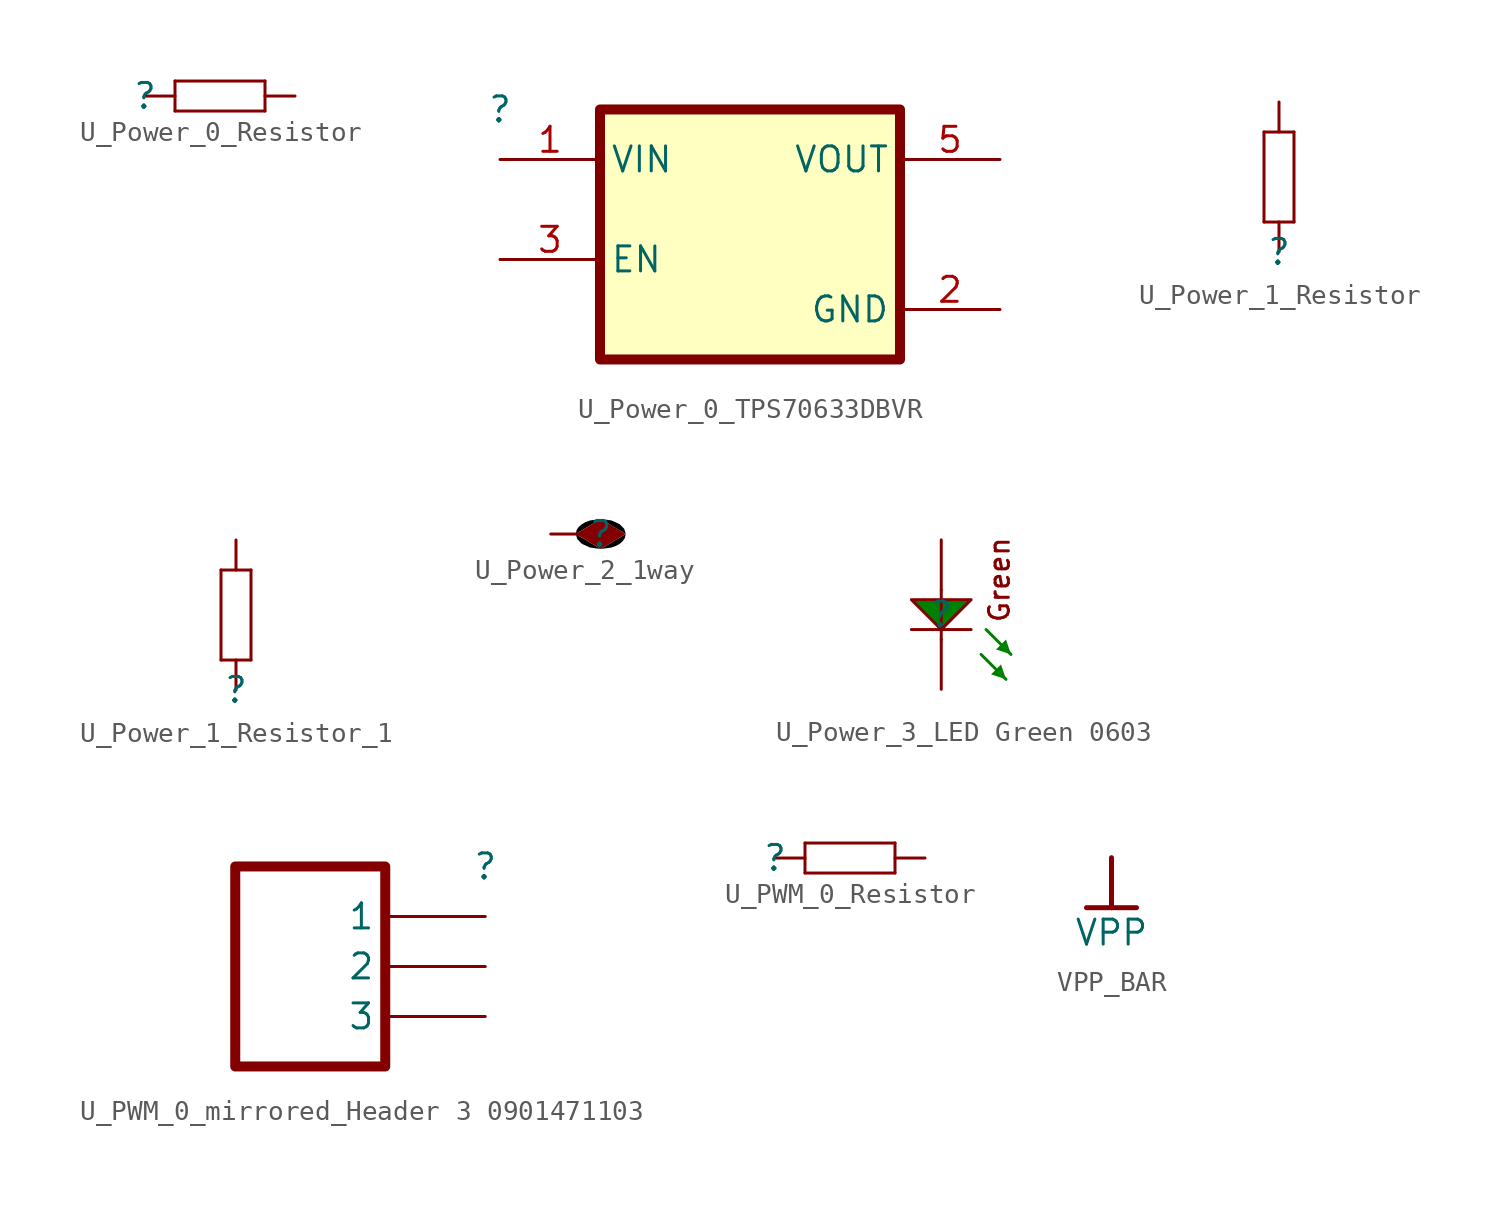
<source format=kicad_sym>
(kicad_symbol_lib
  (version 20241209)
  (generator "kicad_symbol_editor")
  (generator_version "9.0")
  (symbol "U_Power_0_Resistor"
    (pin_numbers
      (hide yes))
    (pin_names
      (hide yes))
    (property "Reference" ""
      (at 0 0 0)
      (effects (font (size 1.27 1.27))))
    (property "Value" ""
      (at 0 0 0)
      (effects (font (size 1.27 1.27))))
    (symbol "U_Power_0_Resistor_1_0"
      (polyline (pts (xy 1.524 0.762) (xy 1.524 -0.762)) (stroke (width 0) (type solid)) (fill (type none)))
      (polyline (pts (xy 1.524 -0.762) (xy 6.096 -0.762)) (stroke (width 0) (type solid)) (fill (type none)))
      (polyline (pts (xy 6.096 0.762) (xy 1.524 0.762)) (stroke (width 0) (type solid)) (fill (type none)))
      (polyline (pts (xy 6.096 -0.762) (xy 6.096 0.762)) (stroke (width 0) (type solid)) (fill (type none)))
      (pin passive line (at 0 0 0) (length 1.524) (name "1" (effects (font (size 1.27 1.27)))) (number "1" (effects (font (size 1.27 1.27)))))
      (pin passive line (at 7.62 0 180) (length 1.524) (name "2" (effects (font (size 1.27 1.27)))) (number "2" (effects (font (size 1.27 1.27)))))))
  (symbol "U_Power_0_TPS70633DBVR"
    (property "Reference" ""
      (at 0 0 0)
      (effects (font (size 1.27 1.27))))
    (property "Value" ""
      (at 0 0 0)
      (effects (font (size 1.27 1.27))))
    (symbol "U_Power_0_TPS70633DBVR_1_0"
      (rectangle (start 20.32 0) (end 5.08 -12.7) (stroke (width 0.508) (type solid) (color 128 0 0 1)) (fill (type background)))
      (pin power_in line (at 0 -2.54 0) (length 5.08) (name "VIN" (effects (font (size 1.27 1.27)))) (number "1" (effects (font (size 1.27 1.27)))))
      (pin input line (at 0 -7.62 0) (length 5.08) (name "EN" (effects (font (size 1.27 1.27)))) (number "3" (effects (font (size 1.27 1.27)))))
      (pin power_in line (at 25.4 -2.54 180) (length 5.08) (name "VOUT" (effects (font (size 1.27 1.27)))) (number "5" (effects (font (size 1.27 1.27)))))
      (pin power_in line (at 25.4 -10.16 180) (length 5.08) (name "GND" (effects (font (size 1.27 1.27)))) (number "2" (effects (font (size 1.27 1.27)))))))
  (symbol "U_Power_1_Resistor"
    (pin_numbers
      (hide yes))
    (pin_names
      (hide yes))
    (property "Reference" ""
      (at 0 0 0)
      (effects (font (size 1.27 1.27))))
    (property "Value" ""
      (at 0 0 0)
      (effects (font (size 1.27 1.27))))
    (symbol "U_Power_1_Resistor_1_0"
      (polyline (pts (xy -0.762 6.096) (xy -0.762 1.524)) (stroke (width 0) (type solid)) (fill (type none)))
      (polyline (pts (xy -0.762 1.524) (xy 0.762 1.524)) (stroke (width 0) (type solid)) (fill (type none)))
      (polyline (pts (xy 0.762 6.096) (xy -0.762 6.096)) (stroke (width 0) (type solid)) (fill (type none)))
      (polyline (pts (xy 0.762 1.524) (xy 0.762 6.096)) (stroke (width 0) (type solid)) (fill (type none)))
      (pin passive line (at 0 7.62 270) (length 1.524) (name "2" (effects (font (size 1.27 1.27)))) (number "2" (effects (font (size 1.27 1.27)))))
      (pin passive line (at 0 0 90) (length 1.524) (name "1" (effects (font (size 1.27 1.27)))) (number "1" (effects (font (size 1.27 1.27)))))))
  (symbol "U_Power_1_Resistor_1"
    (pin_numbers
      (hide yes))
    (pin_names
      (hide yes))
    (property "Reference" ""
      (at 0 0 0)
      (effects (font (size 1.27 1.27))))
    (property "Value" ""
      (at 0 0 0)
      (effects (font (size 1.27 1.27))))
    (symbol "U_Power_1_Resistor_1_1_0"
      (polyline (pts (xy -0.762 6.096) (xy -0.762 1.524)) (stroke (width 0) (type solid)) (fill (type none)))
      (polyline (pts (xy -0.762 1.524) (xy 0.762 1.524)) (stroke (width 0) (type solid)) (fill (type none)))
      (polyline (pts (xy 0.762 6.096) (xy -0.762 6.096)) (stroke (width 0) (type solid)) (fill (type none)))
      (polyline (pts (xy 0.762 1.524) (xy 0.762 6.096)) (stroke (width 0) (type solid)) (fill (type none)))
      (pin passive line (at 0 7.62 270) (length 1.524) (name "2" (effects (font (size 1.27 1.27)))) (number "2" (effects (font (size 1.27 1.27)))))
      (pin passive line (at 0 0 90) (length 1.524) (name "1" (effects (font (size 1.27 1.27)))) (number "1" (effects (font (size 1.27 1.27)))))))
  (symbol "U_Power_2_1way"
    (pin_numbers
      (hide yes))
    (pin_names
      (hide yes))
    (property "Reference" ""
      (at 0 0 0)
      (effects (font (size 1.27 1.27))))
    (property "Value" ""
      (at 0 0 0)
      (effects (font (size 1.27 1.27))))
    (symbol "U_Power_2_1way_1_0"
      (bezier (pts (xy -1.27 0) (xy -1.27 -0.421) (xy -0.702 -0.762) (xy 0 -0.762)) (stroke (width -0.0001) (type solid) (color 0 0 0 1)) (fill (type outline)))
      (bezier (pts (xy 0 0.762) (xy -0.702 0.762) (xy -1.27 0.421) (xy -1.27 0)) (stroke (width -0.0001) (type solid) (color 0 0 0 1)) (fill (type outline)))
      (bezier (pts (xy 0 -0.762) (xy 0.701 -0.762) (xy 1.27 -0.421) (xy 1.27 0)) (stroke (width -0.0001) (type solid) (color 0 0 0 1)) (fill (type outline)))
      (polyline (pts (xy 1.27 0) (xy 0 0.762) (xy -1.27 0) (xy 0 -0.762) (xy 1.27 0)) (stroke (width -0.0001) (type default)) (fill (type outline)))
      (bezier (pts (xy 1.27 0) (xy 1.27 0.421) (xy 0.701 0.762) (xy 0 0.762)) (stroke (width -0.0001) (type solid) (color 0 0 0 1)) (fill (type outline)))
      (pin passive line (at -2.54 0 0) (length 2.54) (name "1" (effects (font (size 1.27 1.27)))) (number "1" (effects (font (size 1.27 1.27)))))))
  (symbol "U_Power_3_LED Green 0603"
    (pin_numbers
      (hide yes))
    (pin_names
      (hide yes))
    (property "Reference" ""
      (at 0 0 0)
      (effects (font (size 1.27 1.27))))
    (property "Value" ""
      (at 0 0 0)
      (effects (font (size 1.27 1.27))))
    (symbol "U_Power_3_LED Green 0603_1_0"
      (polyline (pts (xy -1.524 0.762) (xy 0 -0.762) (xy 1.524 0.762) (xy -1.524 0.762)) (stroke (width 0) (type solid)) (fill (type color) (color 0 128 0 1)))
      (polyline (pts (xy 0 1.27) (xy 0 -1.27)) (stroke (width 0) (type solid)) (fill (type none)))
      (polyline (pts (xy 1.524 -0.762) (xy -1.524 -0.762)) (stroke (width 0) (type solid)) (fill (type none)))
      (polyline (pts (xy 2.032 -2.032) (xy 3.302 -3.302)) (stroke (width 0) (type solid) (color 0 128 0 1)) (fill (type none)))
      (polyline (pts (xy 2.286 -0.762) (xy 3.556 -2.032)) (stroke (width 0) (type solid) (color 0 128 0 1)) (fill (type none)))
      (polyline (pts (xy 3.302 -3.302) (xy 3.048 -2.54) (xy 2.54 -3.048) (xy 3.302 -3.302)) (stroke (width -0.0001) (type solid) (color 0 128 0 1)) (fill (type outline)))
      (polyline (pts (xy 3.556 -2.032) (xy 3.302 -1.27) (xy 2.794 -1.778) (xy 3.556 -2.032)) (stroke (width -0.0001) (type solid) (color 0 128 0 1)) (fill (type outline)))
      (text "Green" (at 3.556 1.778 900) (effects (font (size 1.016 1.016)) (justify bottom)))
      (pin passive line (at 0 3.81 270) (length 2.54) (name "A" (effects (font (size 1.27 1.27)))) (number "2" (effects (font (size 1.27 1.27)))))
      (pin passive line (at 0 -3.81 90) (length 2.54) (name "C" (effects (font (size 1.27 1.27)))) (number "1" (effects (font (size 1.27 1.27)))))))
  (symbol "U_PWM_0_mirrored_Header 3 0901471103"
    (pin_numbers
      (hide yes))
    (property "Reference" ""
      (at 0 0 0)
      (effects (font (size 1.27 1.27))))
    (property "Value" ""
      (at 0 0 0)
      (effects (font (size 1.27 1.27))))
    (symbol "U_PWM_0_mirrored_Header 3 0901471103_1_0"
      (polyline (pts (xy -5.08 0) (xy -5.08 -10.16) (xy -12.7 -10.16) (xy -12.7 0) (xy -5.08 0)) (stroke (width 0.508) (type solid)) (fill (type none)))
      (pin passive line (at 0 -2.54 180) (length 5.08) (name "1" (effects (font (size 1.27 1.27)))) (number "1" (effects (font (size 1.27 1.27)))))
      (pin passive line (at 0 -5.08 180) (length 5.08) (name "2" (effects (font (size 1.27 1.27)))) (number "2" (effects (font (size 1.27 1.27)))))
      (pin passive line (at 0 -7.62 180) (length 5.08) (name "3" (effects (font (size 1.27 1.27)))) (number "3" (effects (font (size 1.27 1.27)))))))
  (symbol "U_PWM_0_Resistor"
    (pin_numbers
      (hide yes))
    (pin_names
      (hide yes))
    (property "Reference" ""
      (at 0 0 0)
      (effects (font (size 1.27 1.27))))
    (property "Value" ""
      (at 0 0 0)
      (effects (font (size 1.27 1.27))))
    (symbol "U_PWM_0_Resistor_1_0"
      (polyline (pts (xy 1.524 0.762) (xy 1.524 -0.762)) (stroke (width 0) (type solid)) (fill (type none)))
      (polyline (pts (xy 1.524 -0.762) (xy 6.096 -0.762)) (stroke (width 0) (type solid)) (fill (type none)))
      (polyline (pts (xy 6.096 0.762) (xy 1.524 0.762)) (stroke (width 0) (type solid)) (fill (type none)))
      (polyline (pts (xy 6.096 -0.762) (xy 6.096 0.762)) (stroke (width 0) (type solid)) (fill (type none)))
      (pin passive line (at 0 0 0) (length 1.524) (name "1" (effects (font (size 1.27 1.27)))) (number "1" (effects (font (size 1.27 1.27)))))
      (pin passive line (at 7.62 0 180) (length 1.524) (name "2" (effects (font (size 1.27 1.27)))) (number "2" (effects (font (size 1.27 1.27)))))))
  (symbol "VPP_BAR"
    (power)
    (property "Reference" "#PWR"
      (at 0 0 0)
      (effects (font (size 1.27 1.27)) (hide yes)))
    (property "Value" "VPP"
      (at 0 -3.81 0)
      (effects (font (size 1.27 1.27))))
    (symbol "VPP_BAR_0_0"
      (polyline (pts (xy -1.27 -2.54) (xy 1.27 -2.54)) (stroke (width 0.254) (type solid)) (fill (type none)))
      (polyline (pts (xy 0 0) (xy 0 -2.54)) (stroke (width 0.254) (type solid)) (fill (type none)))
      (pin power_in line (at 0 0 0) (length 0) (hide yes) (name "VPP" (effects (font (size 1.27 1.27)))) (number "" (effects (font (size 1.27 1.27))))))))
</source>
